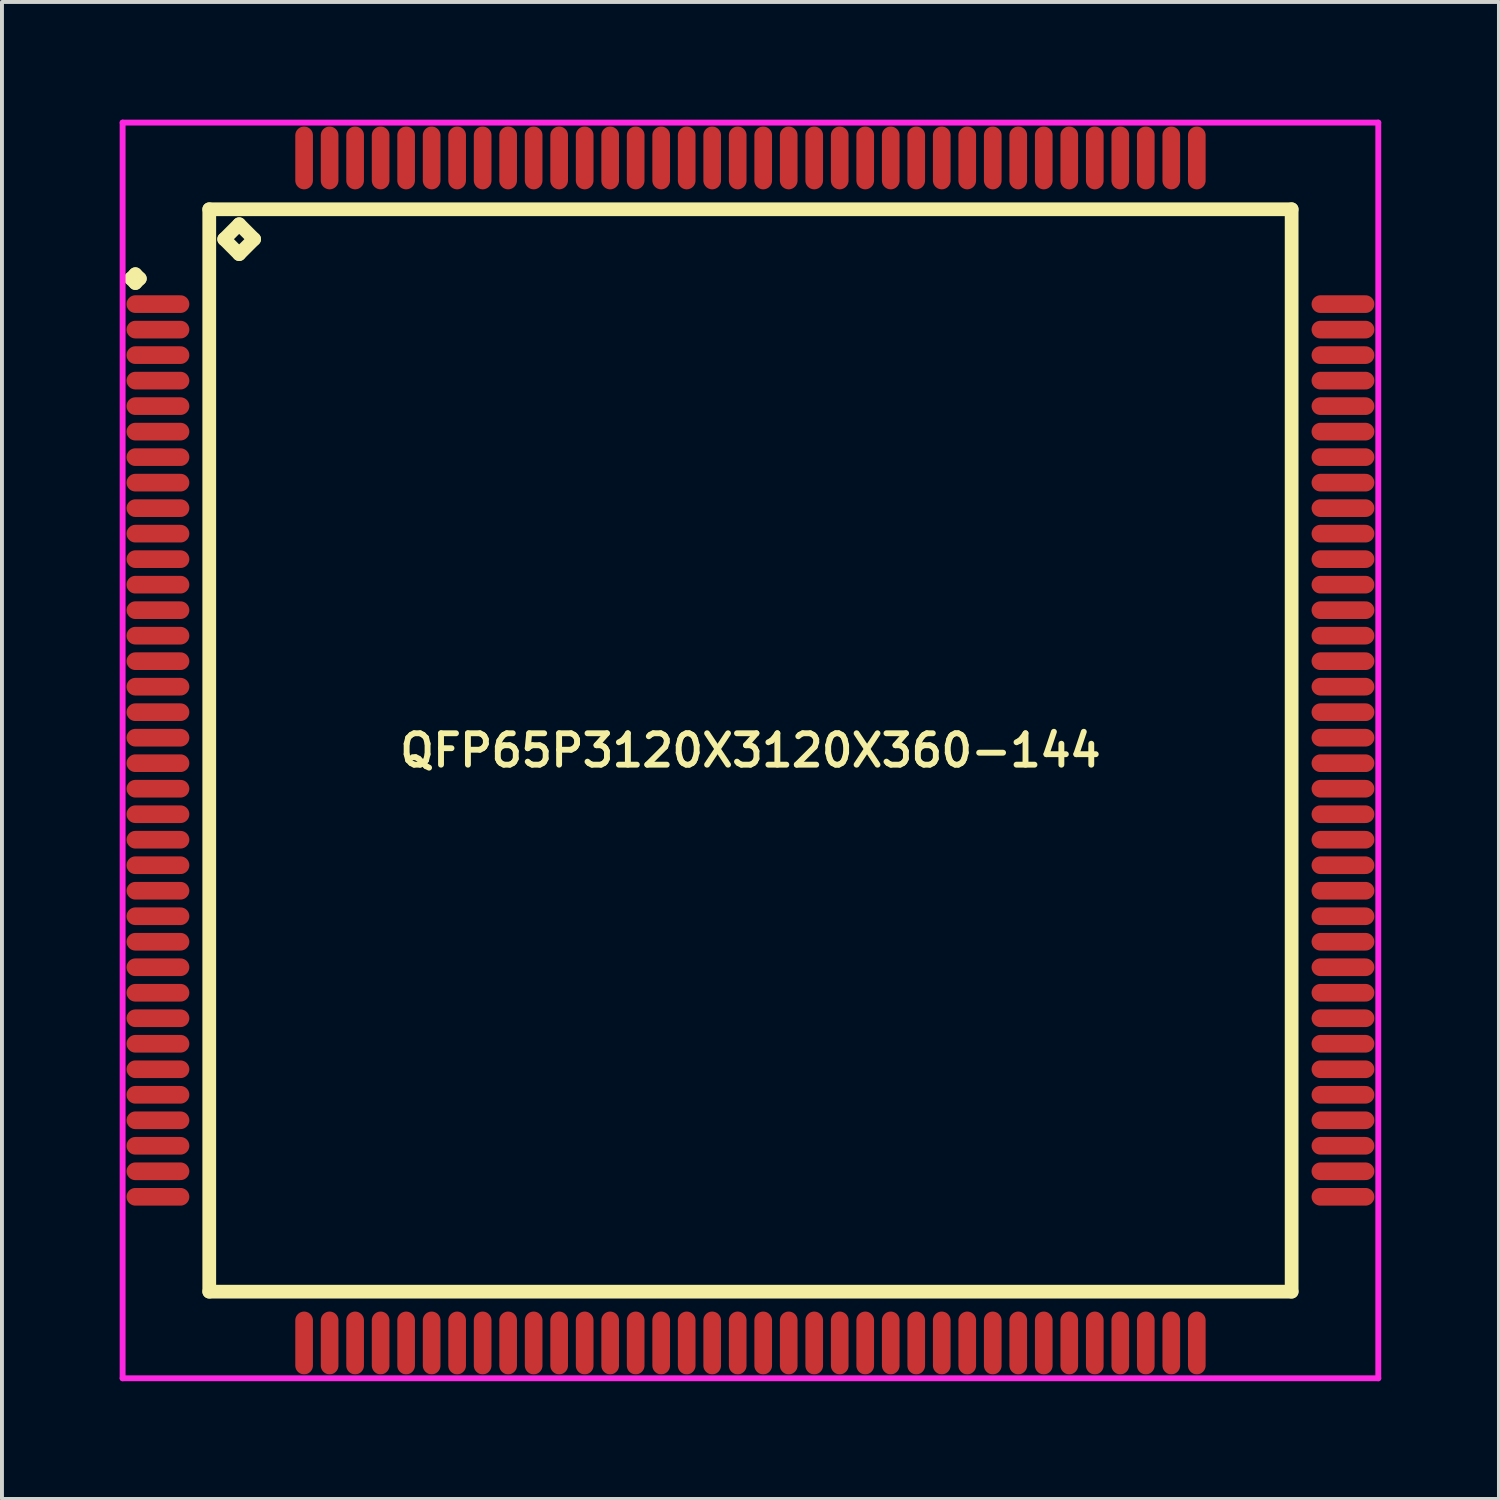
<source format=kicad_pcb>
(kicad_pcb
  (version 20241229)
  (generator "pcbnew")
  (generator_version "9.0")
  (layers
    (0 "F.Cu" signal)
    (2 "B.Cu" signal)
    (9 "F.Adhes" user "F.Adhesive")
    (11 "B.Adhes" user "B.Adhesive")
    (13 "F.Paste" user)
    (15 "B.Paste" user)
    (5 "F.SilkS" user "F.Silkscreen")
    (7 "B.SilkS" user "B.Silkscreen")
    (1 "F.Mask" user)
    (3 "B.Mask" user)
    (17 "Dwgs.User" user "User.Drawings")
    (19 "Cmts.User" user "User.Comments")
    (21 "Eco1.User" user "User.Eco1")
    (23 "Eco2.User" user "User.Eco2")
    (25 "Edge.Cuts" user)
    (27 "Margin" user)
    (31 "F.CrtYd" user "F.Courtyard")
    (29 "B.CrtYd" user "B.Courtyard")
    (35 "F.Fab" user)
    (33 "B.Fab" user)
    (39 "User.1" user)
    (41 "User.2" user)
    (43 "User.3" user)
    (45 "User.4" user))
  (footprint "QFP65P3120X3120X360-144"
    (layer "F.Cu")
    (at 16.075 16.075)
    (property "Reference" "QFP65P3120X3120X360-144" (at 0 0 0) (layer "F.SilkS") (effects (font (size 0.8 0.8) (thickness 0.15))))
    (attr smd)
    (fp_line (start -15.787 -12.025) (end -15.675 -12.137) (stroke (width 0.35) (type solid)) (layer "F.SilkS"))
    (fp_line (start -15.675 -12.137) (end -15.562 -12.025) (stroke (width 0.35) (type solid)) (layer "F.SilkS"))
    (fp_line (start -15.675 -11.912) (end -15.787 -12.025) (stroke (width 0.35) (type solid)) (layer "F.SilkS"))
    (fp_line (start -15.562 -12.025) (end -15.675 -11.912) (stroke (width 0.35) (type solid)) (layer "F.SilkS"))
    (fp_line (start -13.792 -13.792) (end -13.792 13.792) (stroke (width 0.35) (type solid)) (layer "F.SilkS"))
    (fp_line (start -13.792 13.792) (end 13.792 13.792) (stroke (width 0.35) (type solid)) (layer "F.SilkS"))
    (fp_line (start -13.411 -13.03) (end -13.03 -13.411) (stroke (width 0.35) (type solid)) (layer "F.SilkS"))
    (fp_line (start -13.03 -13.411) (end -12.649 -13.03) (stroke (width 0.35) (type solid)) (layer "F.SilkS"))
    (fp_line (start -13.03 -12.649) (end -13.411 -13.03) (stroke (width 0.35) (type solid)) (layer "F.SilkS"))
    (fp_line (start -12.649 -13.03) (end -13.03 -12.649) (stroke (width 0.35) (type solid)) (layer "F.SilkS"))
    (fp_line (start 13.792 -13.792) (end -13.792 -13.792) (stroke (width 0.35) (type solid)) (layer "F.SilkS"))
    (fp_line (start 13.792 13.792) (end 13.792 -13.792) (stroke (width 0.35) (type solid)) (layer "F.SilkS"))
    (fp_line (start -16 -16) (end 16 -16) (stroke (width 0.15) (type solid)) (layer "F.CrtYd"))
    (fp_line (start -16 16) (end -16 -16) (stroke (width 0.15) (type solid)) (layer "F.CrtYd"))
    (fp_line (start 16 -16) (end 16 16) (stroke (width 0.15) (type solid)) (layer "F.CrtYd"))
    (fp_line (start 16 16) (end -16 16) (stroke (width 0.15) (type solid)) (layer "F.CrtYd"))
    (pad "1" smd oval (at -15.1 -11.375) (size 1.6 0.45) (layers "F.Cu" "F.Mask" "F.Paste"))
    (pad "2" smd oval (at -15.1 -10.725) (size 1.6 0.45) (layers "F.Cu" "F.Mask" "F.Paste"))
    (pad "3" smd oval (at -15.1 -10.075) (size 1.6 0.45) (layers "F.Cu" "F.Mask" "F.Paste"))
    (pad "4" smd oval (at -15.1 -9.425) (size 1.6 0.45) (layers "F.Cu" "F.Mask" "F.Paste"))
    (pad "5" smd oval (at -15.1 -8.775) (size 1.6 0.45) (layers "F.Cu" "F.Mask" "F.Paste"))
    (pad "6" smd oval (at -15.1 -8.125) (size 1.6 0.45) (layers "F.Cu" "F.Mask" "F.Paste"))
    (pad "7" smd oval (at -15.1 -7.475) (size 1.6 0.45) (layers "F.Cu" "F.Mask" "F.Paste"))
    (pad "8" smd oval (at -15.1 -6.825) (size 1.6 0.45) (layers "F.Cu" "F.Mask" "F.Paste"))
    (pad "9" smd oval (at -15.1 -6.175) (size 1.6 0.45) (layers "F.Cu" "F.Mask" "F.Paste"))
    (pad "10" smd oval (at -15.1 -5.525) (size 1.6 0.45) (layers "F.Cu" "F.Mask" "F.Paste"))
    (pad "11" smd oval (at -15.1 -4.875) (size 1.6 0.45) (layers "F.Cu" "F.Mask" "F.Paste"))
    (pad "12" smd oval (at -15.1 -4.225) (size 1.6 0.45) (layers "F.Cu" "F.Mask" "F.Paste"))
    (pad "13" smd oval (at -15.1 -3.575) (size 1.6 0.45) (layers "F.Cu" "F.Mask" "F.Paste"))
    (pad "14" smd oval (at -15.1 -2.925) (size 1.6 0.45) (layers "F.Cu" "F.Mask" "F.Paste"))
    (pad "15" smd oval (at -15.1 -2.275) (size 1.6 0.45) (layers "F.Cu" "F.Mask" "F.Paste"))
    (pad "16" smd oval (at -15.1 -1.625) (size 1.6 0.45) (layers "F.Cu" "F.Mask" "F.Paste"))
    (pad "17" smd oval (at -15.1 -0.975) (size 1.6 0.45) (layers "F.Cu" "F.Mask" "F.Paste"))
    (pad "18" smd oval (at -15.1 -0.325) (size 1.6 0.45) (layers "F.Cu" "F.Mask" "F.Paste"))
    (pad "19" smd oval (at -15.1 0.325) (size 1.6 0.45) (layers "F.Cu" "F.Mask" "F.Paste"))
    (pad "20" smd oval (at -15.1 0.975) (size 1.6 0.45) (layers "F.Cu" "F.Mask" "F.Paste"))
    (pad "21" smd oval (at -15.1 1.625) (size 1.6 0.45) (layers "F.Cu" "F.Mask" "F.Paste"))
    (pad "22" smd oval (at -15.1 2.275) (size 1.6 0.45) (layers "F.Cu" "F.Mask" "F.Paste"))
    (pad "23" smd oval (at -15.1 2.925) (size 1.6 0.45) (layers "F.Cu" "F.Mask" "F.Paste"))
    (pad "24" smd oval (at -15.1 3.575) (size 1.6 0.45) (layers "F.Cu" "F.Mask" "F.Paste"))
    (pad "25" smd oval (at -15.1 4.225) (size 1.6 0.45) (layers "F.Cu" "F.Mask" "F.Paste"))
    (pad "26" smd oval (at -15.1 4.875) (size 1.6 0.45) (layers "F.Cu" "F.Mask" "F.Paste"))
    (pad "27" smd oval (at -15.1 5.525) (size 1.6 0.45) (layers "F.Cu" "F.Mask" "F.Paste"))
    (pad "28" smd oval (at -15.1 6.175) (size 1.6 0.45) (layers "F.Cu" "F.Mask" "F.Paste"))
    (pad "29" smd oval (at -15.1 6.825) (size 1.6 0.45) (layers "F.Cu" "F.Mask" "F.Paste"))
    (pad "30" smd oval (at -15.1 7.475) (size 1.6 0.45) (layers "F.Cu" "F.Mask" "F.Paste"))
    (pad "31" smd oval (at -15.1 8.125) (size 1.6 0.45) (layers "F.Cu" "F.Mask" "F.Paste"))
    (pad "32" smd oval (at -15.1 8.775) (size 1.6 0.45) (layers "F.Cu" "F.Mask" "F.Paste"))
    (pad "33" smd oval (at -15.1 9.425) (size 1.6 0.45) (layers "F.Cu" "F.Mask" "F.Paste"))
    (pad "34" smd oval (at -15.1 10.075) (size 1.6 0.45) (layers "F.Cu" "F.Mask" "F.Paste"))
    (pad "35" smd oval (at -15.1 10.725) (size 1.6 0.45) (layers "F.Cu" "F.Mask" "F.Paste"))
    (pad "36" smd oval (at -15.1 11.375) (size 1.6 0.45) (layers "F.Cu" "F.Mask" "F.Paste"))
    (pad "37" smd oval (at -11.375 15.1) (size 0.45 1.6) (layers "F.Cu" "F.Mask" "F.Paste"))
    (pad "38" smd oval (at -10.725 15.1) (size 0.45 1.6) (layers "F.Cu" "F.Mask" "F.Paste"))
    (pad "39" smd oval (at -10.075 15.1) (size 0.45 1.6) (layers "F.Cu" "F.Mask" "F.Paste"))
    (pad "40" smd oval (at -9.425 15.1) (size 0.45 1.6) (layers "F.Cu" "F.Mask" "F.Paste"))
    (pad "41" smd oval (at -8.775 15.1) (size 0.45 1.6) (layers "F.Cu" "F.Mask" "F.Paste"))
    (pad "42" smd oval (at -8.125 15.1) (size 0.45 1.6) (layers "F.Cu" "F.Mask" "F.Paste"))
    (pad "43" smd oval (at -7.475 15.1) (size 0.45 1.6) (layers "F.Cu" "F.Mask" "F.Paste"))
    (pad "44" smd oval (at -6.825 15.1) (size 0.45 1.6) (layers "F.Cu" "F.Mask" "F.Paste"))
    (pad "45" smd oval (at -6.175 15.1) (size 0.45 1.6) (layers "F.Cu" "F.Mask" "F.Paste"))
    (pad "46" smd oval (at -5.525 15.1) (size 0.45 1.6) (layers "F.Cu" "F.Mask" "F.Paste"))
    (pad "47" smd oval (at -4.875 15.1) (size 0.45 1.6) (layers "F.Cu" "F.Mask" "F.Paste"))
    (pad "48" smd oval (at -4.225 15.1) (size 0.45 1.6) (layers "F.Cu" "F.Mask" "F.Paste"))
    (pad "49" smd oval (at -3.575 15.1) (size 0.45 1.6) (layers "F.Cu" "F.Mask" "F.Paste"))
    (pad "50" smd oval (at -2.925 15.1) (size 0.45 1.6) (layers "F.Cu" "F.Mask" "F.Paste"))
    (pad "51" smd oval (at -2.275 15.1) (size 0.45 1.6) (layers "F.Cu" "F.Mask" "F.Paste"))
    (pad "52" smd oval (at -1.625 15.1) (size 0.45 1.6) (layers "F.Cu" "F.Mask" "F.Paste"))
    (pad "53" smd oval (at -0.975 15.1) (size 0.45 1.6) (layers "F.Cu" "F.Mask" "F.Paste"))
    (pad "54" smd oval (at -0.325 15.1) (size 0.45 1.6) (layers "F.Cu" "F.Mask" "F.Paste"))
    (pad "55" smd oval (at 0.325 15.1) (size 0.45 1.6) (layers "F.Cu" "F.Mask" "F.Paste"))
    (pad "56" smd oval (at 0.975 15.1) (size 0.45 1.6) (layers "F.Cu" "F.Mask" "F.Paste"))
    (pad "57" smd oval (at 1.625 15.1) (size 0.45 1.6) (layers "F.Cu" "F.Mask" "F.Paste"))
    (pad "58" smd oval (at 2.275 15.1) (size 0.45 1.6) (layers "F.Cu" "F.Mask" "F.Paste"))
    (pad "59" smd oval (at 2.925 15.1) (size 0.45 1.6) (layers "F.Cu" "F.Mask" "F.Paste"))
    (pad "60" smd oval (at 3.575 15.1) (size 0.45 1.6) (layers "F.Cu" "F.Mask" "F.Paste"))
    (pad "61" smd oval (at 4.225 15.1) (size 0.45 1.6) (layers "F.Cu" "F.Mask" "F.Paste"))
    (pad "62" smd oval (at 4.875 15.1) (size 0.45 1.6) (layers "F.Cu" "F.Mask" "F.Paste"))
    (pad "63" smd oval (at 5.525 15.1) (size 0.45 1.6) (layers "F.Cu" "F.Mask" "F.Paste"))
    (pad "64" smd oval (at 6.175 15.1) (size 0.45 1.6) (layers "F.Cu" "F.Mask" "F.Paste"))
    (pad "65" smd oval (at 6.825 15.1) (size 0.45 1.6) (layers "F.Cu" "F.Mask" "F.Paste"))
    (pad "66" smd oval (at 7.475 15.1) (size 0.45 1.6) (layers "F.Cu" "F.Mask" "F.Paste"))
    (pad "67" smd oval (at 8.125 15.1) (size 0.45 1.6) (layers "F.Cu" "F.Mask" "F.Paste"))
    (pad "68" smd oval (at 8.775 15.1) (size 0.45 1.6) (layers "F.Cu" "F.Mask" "F.Paste"))
    (pad "69" smd oval (at 9.425 15.1) (size 0.45 1.6) (layers "F.Cu" "F.Mask" "F.Paste"))
    (pad "70" smd oval (at 10.075 15.1) (size 0.45 1.6) (layers "F.Cu" "F.Mask" "F.Paste"))
    (pad "71" smd oval (at 10.725 15.1) (size 0.45 1.6) (layers "F.Cu" "F.Mask" "F.Paste"))
    (pad "72" smd oval (at 11.375 15.1) (size 0.45 1.6) (layers "F.Cu" "F.Mask" "F.Paste"))
    (pad "73" smd oval (at 15.1 11.375) (size 1.6 0.45) (layers "F.Cu" "F.Mask" "F.Paste"))
    (pad "74" smd oval (at 15.1 10.725) (size 1.6 0.45) (layers "F.Cu" "F.Mask" "F.Paste"))
    (pad "75" smd oval (at 15.1 10.075) (size 1.6 0.45) (layers "F.Cu" "F.Mask" "F.Paste"))
    (pad "76" smd oval (at 15.1 9.425) (size 1.6 0.45) (layers "F.Cu" "F.Mask" "F.Paste"))
    (pad "77" smd oval (at 15.1 8.775) (size 1.6 0.45) (layers "F.Cu" "F.Mask" "F.Paste"))
    (pad "78" smd oval (at 15.1 8.125) (size 1.6 0.45) (layers "F.Cu" "F.Mask" "F.Paste"))
    (pad "79" smd oval (at 15.1 7.475) (size 1.6 0.45) (layers "F.Cu" "F.Mask" "F.Paste"))
    (pad "80" smd oval (at 15.1 6.825) (size 1.6 0.45) (layers "F.Cu" "F.Mask" "F.Paste"))
    (pad "81" smd oval (at 15.1 6.175) (size 1.6 0.45) (layers "F.Cu" "F.Mask" "F.Paste"))
    (pad "82" smd oval (at 15.1 5.525) (size 1.6 0.45) (layers "F.Cu" "F.Mask" "F.Paste"))
    (pad "83" smd oval (at 15.1 4.875) (size 1.6 0.45) (layers "F.Cu" "F.Mask" "F.Paste"))
    (pad "84" smd oval (at 15.1 4.225) (size 1.6 0.45) (layers "F.Cu" "F.Mask" "F.Paste"))
    (pad "85" smd oval (at 15.1 3.575) (size 1.6 0.45) (layers "F.Cu" "F.Mask" "F.Paste"))
    (pad "86" smd oval (at 15.1 2.925) (size 1.6 0.45) (layers "F.Cu" "F.Mask" "F.Paste"))
    (pad "87" smd oval (at 15.1 2.275) (size 1.6 0.45) (layers "F.Cu" "F.Mask" "F.Paste"))
    (pad "88" smd oval (at 15.1 1.625) (size 1.6 0.45) (layers "F.Cu" "F.Mask" "F.Paste"))
    (pad "89" smd oval (at 15.1 0.975) (size 1.6 0.45) (layers "F.Cu" "F.Mask" "F.Paste"))
    (pad "90" smd oval (at 15.1 0.325) (size 1.6 0.45) (layers "F.Cu" "F.Mask" "F.Paste"))
    (pad "91" smd oval (at 15.1 -0.325) (size 1.6 0.45) (layers "F.Cu" "F.Mask" "F.Paste"))
    (pad "92" smd oval (at 15.1 -0.975) (size 1.6 0.45) (layers "F.Cu" "F.Mask" "F.Paste"))
    (pad "93" smd oval (at 15.1 -1.625) (size 1.6 0.45) (layers "F.Cu" "F.Mask" "F.Paste"))
    (pad "94" smd oval (at 15.1 -2.275) (size 1.6 0.45) (layers "F.Cu" "F.Mask" "F.Paste"))
    (pad "95" smd oval (at 15.1 -2.925) (size 1.6 0.45) (layers "F.Cu" "F.Mask" "F.Paste"))
    (pad "96" smd oval (at 15.1 -3.575) (size 1.6 0.45) (layers "F.Cu" "F.Mask" "F.Paste"))
    (pad "97" smd oval (at 15.1 -4.225) (size 1.6 0.45) (layers "F.Cu" "F.Mask" "F.Paste"))
    (pad "98" smd oval (at 15.1 -4.875) (size 1.6 0.45) (layers "F.Cu" "F.Mask" "F.Paste"))
    (pad "99" smd oval (at 15.1 -5.525) (size 1.6 0.45) (layers "F.Cu" "F.Mask" "F.Paste"))
    (pad "100" smd oval (at 15.1 -6.175) (size 1.6 0.45) (layers "F.Cu" "F.Mask" "F.Paste"))
    (pad "101" smd oval (at 15.1 -6.825) (size 1.6 0.45) (layers "F.Cu" "F.Mask" "F.Paste"))
    (pad "102" smd oval (at 15.1 -7.475) (size 1.6 0.45) (layers "F.Cu" "F.Mask" "F.Paste"))
    (pad "103" smd oval (at 15.1 -8.125) (size 1.6 0.45) (layers "F.Cu" "F.Mask" "F.Paste"))
    (pad "104" smd oval (at 15.1 -8.775) (size 1.6 0.45) (layers "F.Cu" "F.Mask" "F.Paste"))
    (pad "105" smd oval (at 15.1 -9.425) (size 1.6 0.45) (layers "F.Cu" "F.Mask" "F.Paste"))
    (pad "106" smd oval (at 15.1 -10.075) (size 1.6 0.45) (layers "F.Cu" "F.Mask" "F.Paste"))
    (pad "107" smd oval (at 15.1 -10.725) (size 1.6 0.45) (layers "F.Cu" "F.Mask" "F.Paste"))
    (pad "108" smd oval (at 15.1 -11.375) (size 1.6 0.45) (layers "F.Cu" "F.Mask" "F.Paste"))
    (pad "109" smd oval (at 11.375 -15.1) (size 0.45 1.6) (layers "F.Cu" "F.Mask" "F.Paste"))
    (pad "110" smd oval (at 10.725 -15.1) (size 0.45 1.6) (layers "F.Cu" "F.Mask" "F.Paste"))
    (pad "111" smd oval (at 10.075 -15.1) (size 0.45 1.6) (layers "F.Cu" "F.Mask" "F.Paste"))
    (pad "112" smd oval (at 9.425 -15.1) (size 0.45 1.6) (layers "F.Cu" "F.Mask" "F.Paste"))
    (pad "113" smd oval (at 8.775 -15.1) (size 0.45 1.6) (layers "F.Cu" "F.Mask" "F.Paste"))
    (pad "114" smd oval (at 8.125 -15.1) (size 0.45 1.6) (layers "F.Cu" "F.Mask" "F.Paste"))
    (pad "115" smd oval (at 7.475 -15.1) (size 0.45 1.6) (layers "F.Cu" "F.Mask" "F.Paste"))
    (pad "116" smd oval (at 6.825 -15.1) (size 0.45 1.6) (layers "F.Cu" "F.Mask" "F.Paste"))
    (pad "117" smd oval (at 6.175 -15.1) (size 0.45 1.6) (layers "F.Cu" "F.Mask" "F.Paste"))
    (pad "118" smd oval (at 5.525 -15.1) (size 0.45 1.6) (layers "F.Cu" "F.Mask" "F.Paste"))
    (pad "119" smd oval (at 4.875 -15.1) (size 0.45 1.6) (layers "F.Cu" "F.Mask" "F.Paste"))
    (pad "120" smd oval (at 4.225 -15.1) (size 0.45 1.6) (layers "F.Cu" "F.Mask" "F.Paste"))
    (pad "121" smd oval (at 3.575 -15.1) (size 0.45 1.6) (layers "F.Cu" "F.Mask" "F.Paste"))
    (pad "122" smd oval (at 2.925 -15.1) (size 0.45 1.6) (layers "F.Cu" "F.Mask" "F.Paste"))
    (pad "123" smd oval (at 2.275 -15.1) (size 0.45 1.6) (layers "F.Cu" "F.Mask" "F.Paste"))
    (pad "124" smd oval (at 1.625 -15.1) (size 0.45 1.6) (layers "F.Cu" "F.Mask" "F.Paste"))
    (pad "125" smd oval (at 0.975 -15.1) (size 0.45 1.6) (layers "F.Cu" "F.Mask" "F.Paste"))
    (pad "126" smd oval (at 0.325 -15.1) (size 0.45 1.6) (layers "F.Cu" "F.Mask" "F.Paste"))
    (pad "127" smd oval (at -0.325 -15.1) (size 0.45 1.6) (layers "F.Cu" "F.Mask" "F.Paste"))
    (pad "128" smd oval (at -0.975 -15.1) (size 0.45 1.6) (layers "F.Cu" "F.Mask" "F.Paste"))
    (pad "129" smd oval (at -1.625 -15.1) (size 0.45 1.6) (layers "F.Cu" "F.Mask" "F.Paste"))
    (pad "130" smd oval (at -2.275 -15.1) (size 0.45 1.6) (layers "F.Cu" "F.Mask" "F.Paste"))
    (pad "131" smd oval (at -2.925 -15.1) (size 0.45 1.6) (layers "F.Cu" "F.Mask" "F.Paste"))
    (pad "132" smd oval (at -3.575 -15.1) (size 0.45 1.6) (layers "F.Cu" "F.Mask" "F.Paste"))
    (pad "133" smd oval (at -4.225 -15.1) (size 0.45 1.6) (layers "F.Cu" "F.Mask" "F.Paste"))
    (pad "134" smd oval (at -4.875 -15.1) (size 0.45 1.6) (layers "F.Cu" "F.Mask" "F.Paste"))
    (pad "135" smd oval (at -5.525 -15.1) (size 0.45 1.6) (layers "F.Cu" "F.Mask" "F.Paste"))
    (pad "136" smd oval (at -6.175 -15.1) (size 0.45 1.6) (layers "F.Cu" "F.Mask" "F.Paste"))
    (pad "137" smd oval (at -6.825 -15.1) (size 0.45 1.6) (layers "F.Cu" "F.Mask" "F.Paste"))
    (pad "138" smd oval (at -7.475 -15.1) (size 0.45 1.6) (layers "F.Cu" "F.Mask" "F.Paste"))
    (pad "139" smd oval (at -8.125 -15.1) (size 0.45 1.6) (layers "F.Cu" "F.Mask" "F.Paste"))
    (pad "140" smd oval (at -8.775 -15.1) (size 0.45 1.6) (layers "F.Cu" "F.Mask" "F.Paste"))
    (pad "141" smd oval (at -9.425 -15.1) (size 0.45 1.6) (layers "F.Cu" "F.Mask" "F.Paste"))
    (pad "142" smd oval (at -10.075 -15.1) (size 0.45 1.6) (layers "F.Cu" "F.Mask" "F.Paste"))
    (pad "143" smd oval (at -10.725 -15.1) (size 0.45 1.6) (layers "F.Cu" "F.Mask" "F.Paste"))
    (pad "144" smd oval (at -11.375 -15.1) (size 0.45 1.6) (layers "F.Cu" "F.Mask" "F.Paste")))
  (gr_rect
    (start -3 -3)
    (end 35.15 35.15)
    (stroke (width 0.1) (type default))
    (fill no)
    (layer "Edge.Cuts")))
</source>
